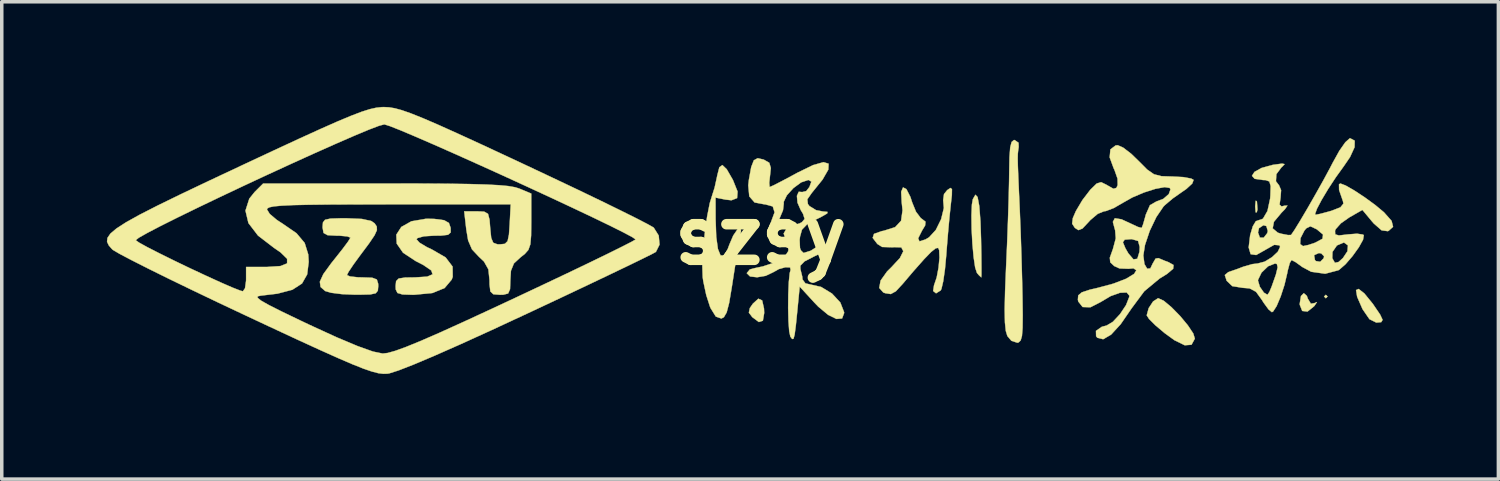
<source format=kicad_pcb>
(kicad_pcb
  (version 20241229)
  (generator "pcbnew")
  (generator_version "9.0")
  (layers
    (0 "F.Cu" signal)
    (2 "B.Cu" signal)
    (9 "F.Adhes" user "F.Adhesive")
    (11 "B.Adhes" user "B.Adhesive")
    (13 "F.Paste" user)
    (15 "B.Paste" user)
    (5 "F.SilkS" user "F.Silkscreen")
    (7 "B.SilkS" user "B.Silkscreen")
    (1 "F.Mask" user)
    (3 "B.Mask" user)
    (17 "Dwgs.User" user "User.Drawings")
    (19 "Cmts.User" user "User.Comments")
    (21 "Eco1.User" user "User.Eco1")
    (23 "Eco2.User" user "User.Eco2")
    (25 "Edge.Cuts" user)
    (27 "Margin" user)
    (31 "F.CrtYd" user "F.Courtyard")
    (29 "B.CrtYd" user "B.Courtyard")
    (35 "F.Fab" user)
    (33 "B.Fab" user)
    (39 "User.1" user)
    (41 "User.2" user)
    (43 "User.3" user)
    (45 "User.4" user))
  (footprint "szsy"
    (layer "F.Cu")
    (at 18.656 3.674)
    (property "Reference" "szsy" (at 0 0 0) (layer "F.SilkS") (effects (font (size 1.524 1.524) (thickness 0.3))))
    (attr through_hole)
    (fp_poly (pts (xy 16.173 1.736) (xy 16.123 1.786) (xy 16.073 1.736) (xy 16.123 1.687) (xy 16.173 1.736)) (stroke (width 0.01) (type solid)) (fill yes) (layer "F.SilkS"))
    (fp_poly (pts (xy 14.153 -0.983) (xy 14.158 -0.965) (xy 14.172 -0.749) (xy 14.154 -0.668) (xy 14.122 -0.665) (xy 14.108 -0.82) (xy 14.108 -0.843) (xy 14.123 -0.997) (xy 14.153 -0.983)) (stroke (width 0.01) (type solid)) (fill yes) (layer "F.SilkS"))
    (fp_poly (pts (xy 0.04 1.848) (xy 0.093 2.081) (xy 0.098 2.208) (xy 0.061 2.427) (xy -0.054 2.464) (xy -0.241 2.325) (xy -0.339 2.196) (xy -0.311 2.066) (xy -0.223 1.939) (xy -0.068 1.799) (xy 0.04 1.848)) (stroke (width 0.01) (type solid)) (fill yes) (layer "F.SilkS"))
    (fp_poly (pts (xy 15.582 1.719) (xy 15.609 1.797) (xy 15.696 1.941) (xy 15.794 1.926) (xy 15.869 1.896) (xy 15.808 1.99) (xy 15.788 2.015) (xy 15.601 2.165) (xy 15.45 2.148) (xy 15.38 1.972) (xy 15.379 1.941) (xy 15.414 1.723) (xy 15.495 1.641) (xy 15.582 1.719)) (stroke (width 0.01) (type solid)) (fill yes) (layer "F.SilkS"))
    (fp_poly (pts (xy 17.223 1.649) (xy 17.464 1.945) (xy 17.487 1.979) (xy 17.673 2.252) (xy 17.743 2.403) (xy 17.704 2.467) (xy 17.564 2.48) (xy 17.368 2.383) (xy 17.171 2.096) (xy 17.167 2.088) (xy 17.017 1.744) (xy 16.986 1.553) (xy 17.059 1.52) (xy 17.223 1.649)) (stroke (width 0.01) (type solid)) (fill yes) (layer "F.SilkS"))
    (fp_poly (pts (xy 11.5 1.858) (xy 11.722 2.044) (xy 11.966 2.293) (xy 12.186 2.558) (xy 12.341 2.791) (xy 12.386 2.939) (xy 12.291 3.112) (xy 12.098 3.127) (xy 11.802 2.982) (xy 11.524 2.78) (xy 11.262 2.559) (xy 11.078 2.375) (xy 11.013 2.273) (xy 11.069 2.068) (xy 11.195 1.877) (xy 11.335 1.786) (xy 11.343 1.786) (xy 11.5 1.858)) (stroke (width 0.01) (type solid)) (fill yes) (layer "F.SilkS"))
    (fp_poly (pts (xy 6.187 -1.102) (xy 6.235 -0.846) (xy 6.269 -0.406) (xy 6.286 0.1) (xy 6.294 0.538) (xy 6.297 0.893) (xy 6.297 1.123) (xy 6.292 1.191) (xy 6.224 1.127) (xy 6.169 1.063) (xy 6.118 0.909) (xy 6.074 0.612) (xy 6.039 0.228) (xy 6.017 -0.187) (xy 6.012 -0.578) (xy 6.025 -0.888) (xy 6.052 -1.041) (xy 6.125 -1.168) (xy 6.187 -1.102)) (stroke (width 0.01) (type solid)) (fill yes) (layer "F.SilkS"))
    (fp_poly (pts (xy 7.355 -2.652) (xy 7.36 -2.53) (xy 7.345 -2.432) (xy 7.335 -2.334) (xy 7.332 -2.202) (xy 7.336 -2.001) (xy 7.348 -1.696) (xy 7.367 -1.255) (xy 7.388 -0.794) (xy 7.414 -0.161) (xy 7.438 0.567) (xy 7.458 1.286) (xy 7.468 1.735) (xy 7.475 2.267) (xy 7.471 2.632) (xy 7.453 2.862) (xy 7.416 2.989) (xy 7.359 3.045) (xy 7.324 3.055) (xy 7.153 3.001) (xy 7.037 2.864) (xy 6.993 2.72) (xy 6.967 2.474) (xy 6.96 2.103) (xy 6.972 1.582) (xy 7 0.898) (xy 7.029 0.243) (xy 7.054 -0.425) (xy 7.074 -1.046) (xy 7.086 -1.562) (xy 7.089 -1.786) (xy 7.097 -2.236) (xy 7.118 -2.52) (xy 7.158 -2.673) (xy 7.223 -2.727) (xy 7.243 -2.729) (xy 7.355 -2.652)) (stroke (width 0.01) (type solid)) (fill yes) (layer "F.SilkS"))
    (fp_poly (pts (xy -9.315 -0.478) (xy -9.035 -0.441) (xy -8.898 -0.363) (xy -8.848 -0.223) (xy -8.847 -0.092) (xy -8.922 -0.025) (xy -9.12 -0.002) (xy -9.32 0) (xy -9.609 0.018) (xy -9.79 0.066) (xy -9.823 0.103) (xy -9.739 0.198) (xy -9.527 0.326) (xy -9.383 0.394) (xy -8.991 0.621) (xy -8.793 0.882) (xy -8.789 1.175) (xy -8.819 1.255) (xy -9.02 1.494) (xy -9.368 1.636) (xy -9.879 1.686) (xy -9.928 1.687) (xy -10.22 1.678) (xy -10.365 1.636) (xy -10.414 1.535) (xy -10.418 1.439) (xy -10.404 1.297) (xy -10.33 1.223) (xy -10.148 1.195) (xy -9.864 1.191) (xy -9.517 1.169) (xy -9.363 1.103) (xy -9.401 0.992) (xy -9.632 0.834) (xy -9.847 0.724) (xy -10.206 0.487) (xy -10.386 0.227) (xy -10.398 -0.028) (xy -10.255 -0.249) (xy -9.968 -0.41) (xy -9.551 -0.482) (xy -9.315 -0.478)) (stroke (width 0.01) (type solid)) (fill yes) (layer "F.SilkS"))
    (fp_poly (pts (xy -11.38 -0.477) (xy -11.113 -0.418) (xy -11.017 -0.352) (xy -10.956 -0.259) (xy -10.952 -0.157) (xy -11.02 -0.009) (xy -11.177 0.223) (xy -11.425 0.555) (xy -11.623 0.826) (xy -11.761 1.033) (xy -11.807 1.125) (xy -11.718 1.164) (xy -11.494 1.188) (xy -11.361 1.191) (xy -11.085 1.201) (xy -10.954 1.251) (xy -10.916 1.372) (xy -10.914 1.439) (xy -10.925 1.57) (xy -10.986 1.644) (xy -11.142 1.677) (xy -11.436 1.684) (xy -11.584 1.684) (xy -11.953 1.668) (xy -12.26 1.629) (xy -12.427 1.58) (xy -12.559 1.465) (xy -12.58 1.315) (xy -12.481 1.098) (xy -12.252 0.783) (xy -12.154 0.661) (xy -11.935 0.384) (xy -11.775 0.169) (xy -11.708 0.059) (xy -11.708 0.056) (xy -11.796 0.021) (xy -12.016 0.001) (xy -12.105 0) (xy -12.36 -0.014) (xy -12.474 -0.077) (xy -12.501 -0.226) (xy -12.502 -0.248) (xy -12.491 -0.379) (xy -12.431 -0.453) (xy -12.277 -0.487) (xy -11.985 -0.496) (xy -11.819 -0.496) (xy -11.38 -0.477)) (stroke (width 0.01) (type solid)) (fill yes) (layer "F.SilkS"))
    (fp_poly (pts (xy -0.97 -1.895) (xy -0.796 -1.593) (xy -0.789 -1.577) (xy -0.661 -1.258) (xy -0.675 -1.072) (xy -0.835 -1.01) (xy -1.004 -1.029) (xy -1.29 -1.086) (xy -1.288 -0.469) (xy -1.27 0.033) (xy -1.222 0.38) (xy -1.148 0.562) (xy -1.054 0.568) (xy -0.945 0.39) (xy -0.896 0.256) (xy -0.785 -0.003) (xy -0.663 -0.182) (xy -0.652 -0.192) (xy -0.58 -0.226) (xy -0.564 -0.135) (xy -0.601 0.111) (xy -0.612 0.172) (xy -0.671 0.501) (xy -0.744 0.941) (xy -0.816 1.406) (xy -0.829 1.488) (xy -0.902 1.921) (xy -0.972 2.189) (xy -1.052 2.327) (xy -1.123 2.364) (xy -1.281 2.309) (xy -1.429 2.071) (xy -1.447 2.03) (xy -1.555 1.695) (xy -1.639 1.303) (xy -1.656 1.186) (xy -1.667 0.857) (xy -1.645 0.417) (xy -1.597 -0.071) (xy -1.531 -0.542) (xy -1.454 -0.931) (xy -1.389 -1.141) (xy -1.316 -1.372) (xy -1.249 -1.676) (xy -1.242 -1.714) (xy -1.181 -1.952) (xy -1.094 -2.014) (xy -0.97 -1.895)) (stroke (width 0.01) (type solid)) (fill yes) (layer "F.SilkS"))
    (fp_poly (pts (xy 4.156 -1.328) (xy 4.27 -1.105) (xy 4.32 -0.95) (xy 4.429 -0.683) (xy 4.566 -0.501) (xy 4.593 -0.482) (xy 4.701 -0.399) (xy 4.69 -0.29) (xy 4.6 -0.141) (xy 4.491 0.077) (xy 4.528 0.163) (xy 4.701 0.108) (xy 4.803 0.047) (xy 4.996 -0.163) (xy 5.147 -0.47) (xy 5.225 -0.789) (xy 5.205 -1.015) (xy 5.229 -1.185) (xy 5.32 -1.299) (xy 5.414 -1.362) (xy 5.456 -1.327) (xy 5.453 -1.157) (xy 5.423 -0.893) (xy 5.385 -0.531) (xy 5.342 -0.06) (xy 5.302 0.433) (xy 5.294 0.546) (xy 5.256 0.957) (xy 5.207 1.299) (xy 5.156 1.518) (xy 5.135 1.562) (xy 5.002 1.645) (xy 4.919 1.578) (xy 4.945 1.412) (xy 4.947 1.408) (xy 5.02 1.193) (xy 5.074 0.908) (xy 5.1 0.624) (xy 5.091 0.413) (xy 5.062 0.348) (xy 4.991 0.361) (xy 4.86 0.466) (xy 4.651 0.682) (xy 4.349 1.024) (xy 4.052 1.374) (xy 3.856 1.586) (xy 3.71 1.666) (xy 3.551 1.641) (xy 3.497 1.621) (xy 3.381 1.491) (xy 3.42 1.281) (xy 3.606 1.02) (xy 3.721 0.907) (xy 3.97 0.64) (xy 4.068 0.443) (xy 4.011 0.334) (xy 3.799 0.327) (xy 3.774 0.332) (xy 3.464 0.323) (xy 3.328 0.238) (xy 3.194 0.062) (xy 3.232 -0.051) (xy 3.453 -0.129) (xy 3.512 -0.14) (xy 3.835 -0.243) (xy 4.004 -0.425) (xy 4.046 -0.724) (xy 4.022 -0.953) (xy 4.007 -1.252) (xy 4.06 -1.377) (xy 4.156 -1.328)) (stroke (width 0.01) (type solid)) (fill yes) (layer "F.SilkS"))
    (fp_poly (pts (xy 0.082 -2.171) (xy 0.087 -2.169) (xy 0.243 -2.08) (xy 0.288 -1.931) (xy 0.267 -1.735) (xy 0.242 -1.507) (xy 0.253 -1.392) (xy 0.259 -1.389) (xy 0.362 -1.434) (xy 0.595 -1.553) (xy 0.916 -1.724) (xy 1.053 -1.799) (xy 1.496 -2.014) (xy 1.791 -2.097) (xy 1.936 -2.053) (xy 1.928 -1.885) (xy 1.763 -1.599) (xy 1.455 -1.218) (xy 1.329 -1.038) (xy 1.345 -0.903) (xy 1.387 -0.846) (xy 1.578 -0.728) (xy 1.773 -0.69) (xy 1.905 -0.678) (xy 1.896 -0.634) (xy 1.73 -0.538) (xy 1.587 -0.467) (xy 1.315 -0.316) (xy 1.176 -0.171) (xy 1.12 0.031) (xy 1.11 0.124) (xy 1.121 0.395) (xy 1.222 0.494) (xy 1.427 0.43) (xy 1.574 0.336) (xy 1.792 0.237) (xy 1.904 0.277) (xy 1.897 0.375) (xy 1.704 0.506) (xy 1.538 0.585) (xy 1.25 0.733) (xy 1.129 0.858) (xy 1.13 0.95) (xy 1.185 1.173) (xy 1.191 1.248) (xy 1.274 1.361) (xy 1.396 1.389) (xy 1.722 1.463) (xy 2.033 1.652) (xy 2.271 1.908) (xy 2.378 2.183) (xy 2.379 2.208) (xy 2.321 2.362) (xy 2.16 2.376) (xy 1.924 2.26) (xy 1.64 2.024) (xy 1.537 1.917) (xy 1.111 1.453) (xy 1.044 2.141) (xy 1.001 2.566) (xy 0.967 2.823) (xy 0.935 2.941) (xy 0.897 2.949) (xy 0.845 2.88) (xy 0.812 2.727) (xy 0.791 2.434) (xy 0.782 2.063) (xy 0.786 1.671) (xy 0.801 1.318) (xy 0.828 1.064) (xy 0.852 0.977) (xy 0.838 0.906) (xy 0.704 0.901) (xy 0.516 0.954) (xy 0.353 1.045) (xy 0.14 1.146) (xy -0.102 1.187) (xy -0.305 1.164) (xy -0.396 1.075) (xy -0.397 1.067) (xy -0.312 0.964) (xy -0.174 0.927) (xy 0.063 0.877) (xy 0.363 0.776) (xy 0.422 0.752) (xy 0.679 0.608) (xy 0.784 0.444) (xy 0.794 0.352) (xy 0.755 0.141) (xy 0.69 0.047) (xy 0.654 -0.062) (xy 0.735 -0.2) (xy 0.88 -0.292) (xy 0.93 -0.299) (xy 1.109 -0.35) (xy 1.176 -0.386) (xy 1.252 -0.477) (xy 1.207 -0.622) (xy 1.141 -0.731) (xy 1.049 -0.941) (xy 1.032 -1.135) (xy 1.084 -1.252) (xy 1.185 -1.244) (xy 1.298 -1.272) (xy 1.388 -1.386) (xy 1.445 -1.541) (xy 1.37 -1.587) (xy 1.351 -1.587) (xy 1.151 -1.52) (xy 0.929 -1.355) (xy 0.744 -1.15) (xy 0.655 -0.964) (xy 0.657 -0.917) (xy 0.635 -0.725) (xy 0.527 -0.469) (xy 0.493 -0.41) (xy 0.342 -0.208) (xy 0.239 -0.135) (xy 0.214 -0.197) (xy 0.29 -0.382) (xy 0.395 -0.666) (xy 0.343 -0.834) (xy 0.129 -0.893) (xy 0.111 -0.893) (xy -0.175 -0.947) (xy -0.327 -1.121) (xy -0.356 -1.437) (xy -0.337 -1.601) (xy -0.272 -1.958) (xy -0.197 -2.15) (xy -0.087 -2.21) (xy 0.082 -2.171)) (stroke (width 0.01) (type solid)) (fill yes) (layer "F.SilkS"))
    (fp_poly (pts (xy 10.343 -2.511) (xy 10.573 -2.334) (xy 10.78 -2.133) (xy 11.027 -1.885) (xy 11.219 -1.752) (xy 11.431 -1.697) (xy 11.741 -1.687) (xy 11.747 -1.687) (xy 12.058 -1.671) (xy 12.282 -1.629) (xy 12.351 -1.591) (xy 12.311 -1.486) (xy 12.143 -1.332) (xy 12.034 -1.257) (xy 11.759 -1.064) (xy 11.535 -0.875) (xy 11.49 -0.83) (xy 11.286 -0.529) (xy 11.098 -0.135) (xy 10.963 0.266) (xy 10.916 0.565) (xy 10.948 0.811) (xy 11.026 0.943) (xy 11.118 0.934) (xy 11.181 0.8) (xy 11.266 0.654) (xy 11.348 0.641) (xy 11.536 0.72) (xy 11.633 0.756) (xy 11.778 0.837) (xy 11.768 0.943) (xy 11.594 1.091) (xy 11.379 1.224) (xy 10.944 1.585) (xy 10.58 2.075) (xy 10.269 2.527) (xy 9.996 2.824) (xy 9.77 2.955) (xy 9.604 2.913) (xy 9.569 2.869) (xy 9.565 2.717) (xy 9.732 2.6) (xy 9.869 2.564) (xy 10.048 2.457) (xy 10.251 2.239) (xy 10.424 1.979) (xy 10.514 1.749) (xy 10.517 1.711) (xy 10.442 1.621) (xy 10.248 1.629) (xy 9.982 1.725) (xy 9.694 1.896) (xy 9.406 2.043) (xy 9.184 2.036) (xy 9.06 1.879) (xy 9.049 1.827) (xy 9.059 1.704) (xy 9.16 1.618) (xy 9.392 1.541) (xy 9.595 1.494) (xy 10.062 1.369) (xy 10.426 1.229) (xy 10.654 1.09) (xy 10.716 0.988) (xy 10.635 0.932) (xy 10.492 0.945) (xy 10.236 0.935) (xy 10.086 0.867) (xy 9.973 0.76) (xy 9.96 0.63) (xy 10.041 0.402) (xy 10.046 0.391) (xy 10.101 0.186) (xy 10.333 0.186) (xy 10.404 0.358) (xy 10.488 0.504) (xy 10.634 0.676) (xy 10.745 0.66) (xy 10.806 0.461) (xy 10.813 0.322) (xy 10.767 0.151) (xy 10.591 0.1) (xy 10.567 0.099) (xy 10.385 0.114) (xy 10.333 0.186) (xy 10.101 0.186) (xy 10.13 0.075) (xy 10.112 -0.15) (xy 10.047 -0.393) (xy 10.103 -0.497) (xy 10.292 -0.467) (xy 10.557 -0.345) (xy 10.76 -0.25) (xy 10.868 -0.22) (xy 10.87 -0.221) (xy 10.91 -0.325) (xy 10.973 -0.547) (xy 10.985 -0.595) (xy 11.105 -0.869) (xy 11.285 -0.973) (xy 11.488 -1.051) (xy 11.642 -1.185) (xy 11.691 -1.32) (xy 11.669 -1.362) (xy 11.525 -1.385) (xy 11.261 -1.336) (xy 10.935 -1.232) (xy 10.605 -1.092) (xy 10.338 -0.941) (xy 10.073 -0.788) (xy 9.847 -0.702) (xy 9.793 -0.695) (xy 9.616 -0.623) (xy 9.405 -0.445) (xy 9.355 -0.39) (xy 9.179 -0.203) (xy 9.062 -0.158) (xy 8.963 -0.222) (xy 8.885 -0.342) (xy 8.905 -0.501) (xy 8.991 -0.7) (xy 9.179 -1.017) (xy 9.403 -1.309) (xy 9.408 -1.314) (xy 9.585 -1.487) (xy 9.712 -1.526) (xy 9.866 -1.451) (xy 9.892 -1.435) (xy 10.064 -1.338) (xy 10.147 -1.363) (xy 10.184 -1.441) (xy 10.18 -1.627) (xy 10.091 -1.881) (xy 10.068 -1.927) (xy 9.956 -2.233) (xy 9.977 -2.461) (xy 10.124 -2.573) (xy 10.187 -2.58) (xy 10.343 -2.511)) (stroke (width 0.01) (type solid)) (fill yes) (layer "F.SilkS"))
    (fp_poly (pts (xy 16.947 -2.71) (xy 16.943 -2.524) (xy 16.814 -2.242) (xy 16.632 -1.976) (xy 16.407 -1.663) (xy 16.189 -1.331) (xy 16.003 -1.02) (xy 15.871 -0.77) (xy 15.817 -0.62) (xy 15.829 -0.595) (xy 15.963 -0.622) (xy 16.206 -0.687) (xy 16.289 -0.711) (xy 16.54 -0.809) (xy 16.625 -0.914) (xy 16.612 -0.984) (xy 16.502 -1.302) (xy 16.499 -1.466) (xy 16.539 -1.488) (xy 16.687 -1.432) (xy 16.938 -1.288) (xy 17.238 -1.09) (xy 17.534 -0.874) (xy 17.774 -0.674) (xy 17.785 -0.664) (xy 18 -0.421) (xy 18.042 -0.252) (xy 17.915 -0.138) (xy 17.892 -0.128) (xy 17.715 -0.152) (xy 17.489 -0.35) (xy 17.446 -0.4) (xy 17.167 -0.735) (xy 16.794 -0.522) (xy 16.554 -0.353) (xy 16.405 -0.186) (xy 16.386 -0.14) (xy 16.391 -0.037) (xy 16.496 -0.006) (xy 16.748 -0.035) (xy 16.752 -0.036) (xy 17.015 -0.056) (xy 17.184 -0.031) (xy 17.207 -0.013) (xy 17.185 0.116) (xy 17.065 0.332) (xy 16.885 0.583) (xy 16.686 0.814) (xy 16.507 0.971) (xy 16.48 0.987) (xy 16.104 1.086) (xy 15.706 1.03) (xy 15.451 0.893) (xy 15.262 0.756) (xy 15.147 0.695) (xy 15.145 0.695) (xy 15.094 0.781) (xy 15.036 0.997) (xy 15.023 1.067) (xy 14.943 1.405) (xy 14.835 1.736) (xy 14.72 2.008) (xy 14.619 2.164) (xy 14.584 2.183) (xy 14.489 2.105) (xy 14.348 1.912) (xy 14.301 1.836) (xy 14.132 1.602) (xy 13.948 1.504) (xy 13.749 1.488) (xy 13.454 1.44) (xy 13.295 1.288) (xy 13.294 1.285) (xy 14.188 1.285) (xy 14.241 1.46) (xy 14.357 1.626) (xy 14.459 1.687) (xy 14.513 1.606) (xy 14.574 1.463) (xy 14.699 1.109) (xy 14.749 0.902) (xy 14.727 0.809) (xy 14.674 0.794) (xy 14.477 0.873) (xy 14.288 1.055) (xy 14.19 1.259) (xy 14.188 1.285) (xy 13.294 1.285) (xy 13.241 1.124) (xy 13.338 1.042) (xy 13.365 1.032) (xy 13.602 0.95) (xy 13.771 0.885) (xy 14.026 0.812) (xy 14.18 0.794) (xy 14.379 0.741) (xy 14.588 0.614) (xy 14.649 0.557) (xy 15.788 0.557) (xy 15.812 0.694) (xy 15.839 0.725) (xy 15.963 0.745) (xy 16.063 0.644) (xy 16.063 0.644) (xy 16.307 0.644) (xy 16.382 0.774) (xy 16.486 0.752) (xy 16.612 0.638) (xy 16.741 0.444) (xy 16.754 0.277) (xy 16.646 0.199) (xy 16.631 0.198) (xy 16.44 0.279) (xy 16.313 0.463) (xy 16.307 0.644) (xy 16.063 0.644) (xy 16.073 0.589) (xy 15.993 0.507) (xy 15.925 0.496) (xy 15.788 0.557) (xy 14.649 0.557) (xy 14.753 0.459) (xy 14.819 0.321) (xy 14.8 0.275) (xy 14.651 0.261) (xy 14.401 0.402) (xy 14.396 0.406) (xy 14.136 0.552) (xy 13.978 0.529) (xy 13.922 0.337) (xy 13.934 0.239) (xy 15.391 0.239) (xy 15.472 0.298) (xy 15.627 0.265) (xy 15.819 0.201) (xy 16.029 0.088) (xy 16.043 -0.032) (xy 15.865 -0.182) (xy 15.857 -0.186) (xy 15.681 -0.267) (xy 15.563 -0.208) (xy 15.51 -0.142) (xy 15.401 0.072) (xy 15.391 0.239) (xy 13.934 0.239) (xy 13.964 -0.013) (xy 13.987 -0.091) (xy 14.188 -0.091) (xy 14.241 0.055) (xy 14.351 0.058) (xy 14.451 -0.07) (xy 14.468 -0.132) (xy 14.426 -0.274) (xy 14.344 -0.298) (xy 14.216 -0.214) (xy 14.188 -0.091) (xy 13.987 -0.091) (xy 14.04 -0.268) (xy 14.126 -0.412) (xy 14.161 -0.425) (xy 14.328 -0.482) (xy 14.458 -0.704) (xy 14.534 -1.057) (xy 14.541 -1.142) (xy 14.55 -1.416) (xy 14.512 -1.547) (xy 14.402 -1.586) (xy 14.336 -1.587) (xy 14.093 -1.622) (xy 14.016 -1.707) (xy 14.087 -1.819) (xy 14.288 -1.931) (xy 14.602 -2.018) (xy 14.635 -2.023) (xy 14.874 -2.056) (xy 14.947 -2.041) (xy 14.879 -1.968) (xy 14.858 -1.951) (xy 14.712 -1.755) (xy 14.7 -1.551) (xy 14.789 -1.435) (xy 14.847 -1.298) (xy 14.831 -1.082) (xy 14.803 -0.886) (xy 14.86 -0.834) (xy 14.949 -0.856) (xy 15.028 -0.858) (xy 14.956 -0.754) (xy 14.858 -0.654) (xy 14.642 -0.395) (xy 14.607 -0.208) (xy 14.753 -0.085) (xy 14.845 -0.056) (xy 15.045 -0.017) (xy 15.131 -0.02) (xy 15.228 -0.161) (xy 15.395 -0.433) (xy 15.606 -0.79) (xy 15.834 -1.189) (xy 16.056 -1.585) (xy 16.244 -1.933) (xy 16.321 -2.082) (xy 16.509 -2.421) (xy 16.68 -2.665) (xy 16.805 -2.776) (xy 16.819 -2.778) (xy 16.947 -2.71)) (stroke (width 0.01) (type solid)) (fill yes) (layer "F.SilkS"))
    (fp_poly (pts (xy -10.608 -3.662) (xy -10.444 -3.635) (xy -10.241 -3.58) (xy -9.982 -3.489) (xy -9.647 -3.355) (xy -9.217 -3.17) (xy -8.674 -2.926) (xy -7.998 -2.616) (xy -7.171 -2.231) (xy -6.737 -2.028) (xy -5.954 -1.659) (xy -5.222 -1.312) (xy -4.563 -0.995) (xy -3.997 -0.718) (xy -3.545 -0.493) (xy -3.228 -0.329) (xy -3.065 -0.237) (xy -3.052 -0.227) (xy -2.911 -0.002) (xy -2.888 0.256) (xy -2.989 0.459) (xy -3.001 0.469) (xy -3.116 0.531) (xy -3.391 0.667) (xy -3.805 0.868) (xy -4.339 1.124) (xy -4.973 1.426) (xy -5.686 1.763) (xy -6.459 2.126) (xy -6.681 2.23) (xy -7.691 2.699) (xy -8.57 3.099) (xy -9.308 3.425) (xy -9.899 3.675) (xy -10.332 3.844) (xy -10.6 3.929) (xy -10.65 3.938) (xy -10.769 3.941) (xy -10.911 3.924) (xy -11.093 3.877) (xy -11.333 3.795) (xy -11.65 3.669) (xy -12.061 3.492) (xy -12.585 3.257) (xy -13.24 2.957) (xy -14.044 2.583) (xy -14.684 2.283) (xy -15.482 1.907) (xy -16.228 1.55) (xy -16.903 1.223) (xy -17.486 0.935) (xy -17.957 0.696) (xy -18.295 0.518) (xy -18.48 0.409) (xy -18.504 0.39) (xy -18.601 0.28) (xy -18.651 0.175) (xy -18.646 0.129) (xy -17.833 0.129) (xy -17.832 0.13) (xy -17.738 0.198) (xy -17.499 0.33) (xy -17.152 0.507) (xy -16.733 0.714) (xy -16.28 0.932) (xy -15.828 1.143) (xy -15.414 1.332) (xy -15.075 1.48) (xy -14.847 1.569) (xy -14.775 1.587) (xy -14.715 1.5) (xy -14.685 1.286) (xy -14.684 1.24) (xy -14.684 0.893) (xy -14.089 0.893) (xy -13.706 0.868) (xy -13.514 0.791) (xy -13.514 0.66) (xy -13.703 0.475) (xy -13.884 0.351) (xy -14.344 -0.002) (xy -14.618 -0.36) (xy -14.702 -0.714) (xy -14.593 -1.055) (xy -14.441 -1.245) (xy -14.197 -1.488) (xy -10.717 -1.488) (xy -9.749 -1.487) (xy -8.96 -1.482) (xy -8.33 -1.473) (xy -7.84 -1.459) (xy -7.47 -1.44) (xy -7.201 -1.415) (xy -7.013 -1.382) (xy -6.893 -1.345) (xy -6.548 -1.201) (xy -6.548 -0.405) (xy -6.552 -0.006) (xy -6.574 0.247) (xy -6.63 0.406) (xy -6.733 0.523) (xy -6.846 0.611) (xy -7.043 0.792) (xy -7.128 1.002) (xy -7.144 1.259) (xy -7.153 1.526) (xy -7.208 1.65) (xy -7.345 1.685) (xy -7.441 1.687) (xy -7.629 1.672) (xy -7.715 1.591) (xy -7.738 1.388) (xy -7.739 1.272) (xy -7.771 0.961) (xy -7.897 0.738) (xy -8.04 0.603) (xy -8.239 0.391) (xy -8.349 0.135) (xy -8.401 -0.174) (xy -8.461 -0.695) (xy -8.106 -0.695) (xy -7.891 -0.685) (xy -7.782 -0.623) (xy -7.738 -0.454) (xy -7.72 -0.223) (xy -7.691 0.063) (xy -7.633 0.202) (xy -7.515 0.246) (xy -7.441 0.248) (xy -7.301 0.233) (xy -7.223 0.156) (xy -7.184 -0.03) (xy -7.164 -0.322) (xy -7.134 -0.893) (xy -10.611 -0.893) (xy -11.547 -0.892) (xy -12.303 -0.889) (xy -12.897 -0.882) (xy -13.347 -0.872) (xy -13.672 -0.856) (xy -13.89 -0.836) (xy -14.02 -0.809) (xy -14.079 -0.775) (xy -14.089 -0.748) (xy -14.01 -0.62) (xy -13.806 -0.448) (xy -13.641 -0.341) (xy -13.246 -0.069) (xy -13.013 0.208) (xy -12.911 0.536) (xy -12.898 0.748) (xy -12.942 1.106) (xy -13.089 1.365) (xy -13.364 1.543) (xy -13.791 1.655) (xy -14.263 1.711) (xy -14.353 1.73) (xy -14.356 1.774) (xy -14.255 1.855) (xy -14.032 1.981) (xy -13.671 2.163) (xy -13.154 2.412) (xy -12.874 2.545) (xy -12.109 2.896) (xy -11.505 3.15) (xy -11.064 3.307) (xy -10.792 3.363) (xy -10.788 3.364) (xy -10.644 3.347) (xy -10.426 3.286) (xy -10.118 3.174) (xy -9.705 3.005) (xy -9.172 2.773) (xy -8.503 2.47) (xy -7.682 2.091) (xy -6.993 1.769) (xy -6.228 1.409) (xy -5.523 1.075) (xy -4.897 0.775) (xy -4.37 0.519) (xy -3.961 0.316) (xy -3.689 0.177) (xy -3.574 0.111) (xy -3.572 0.107) (xy -3.659 0.045) (xy -3.904 -0.086) (xy -4.283 -0.276) (xy -4.773 -0.513) (xy -5.351 -0.787) (xy -5.992 -1.087) (xy -6.673 -1.402) (xy -7.371 -1.722) (xy -8.062 -2.035) (xy -8.722 -2.331) (xy -9.328 -2.599) (xy -9.856 -2.828) (xy -10.282 -3.008) (xy -10.584 -3.127) (xy -10.737 -3.175) (xy -10.743 -3.175) (xy -10.892 -3.135) (xy -11.189 -3.022) (xy -11.61 -2.846) (xy -12.132 -2.619) (xy -12.732 -2.352) (xy -13.385 -2.056) (xy -14.07 -1.741) (xy -14.761 -1.419) (xy -15.436 -1.1) (xy -16.072 -0.795) (xy -16.644 -0.516) (xy -17.13 -0.273) (xy -17.505 -0.077) (xy -17.747 0.06) (xy -17.833 0.129) (xy -18.646 0.129) (xy -18.64 0.065) (xy -18.556 -0.058) (xy -18.385 -0.203) (xy -18.113 -0.379) (xy -17.727 -0.594) (xy -17.213 -0.857) (xy -16.559 -1.176) (xy -15.75 -1.561) (xy -14.833 -1.992) (xy -13.92 -2.419) (xy -13.167 -2.768) (xy -12.556 -3.046) (xy -12.068 -3.262) (xy -11.684 -3.422) (xy -11.385 -3.536) (xy -11.154 -3.609) (xy -10.971 -3.65) (xy -10.817 -3.667) (xy -10.754 -3.669) (xy -10.608 -3.662)) (stroke (width 0.01) (type solid)) (fill yes) (layer "F.SilkS")))
  (gr_rect
    (start -3 -3)
    (end 39.703 10.62)
    (stroke (width 0.1) (type default))
    (fill no)
    (layer "Edge.Cuts")))
</source>
